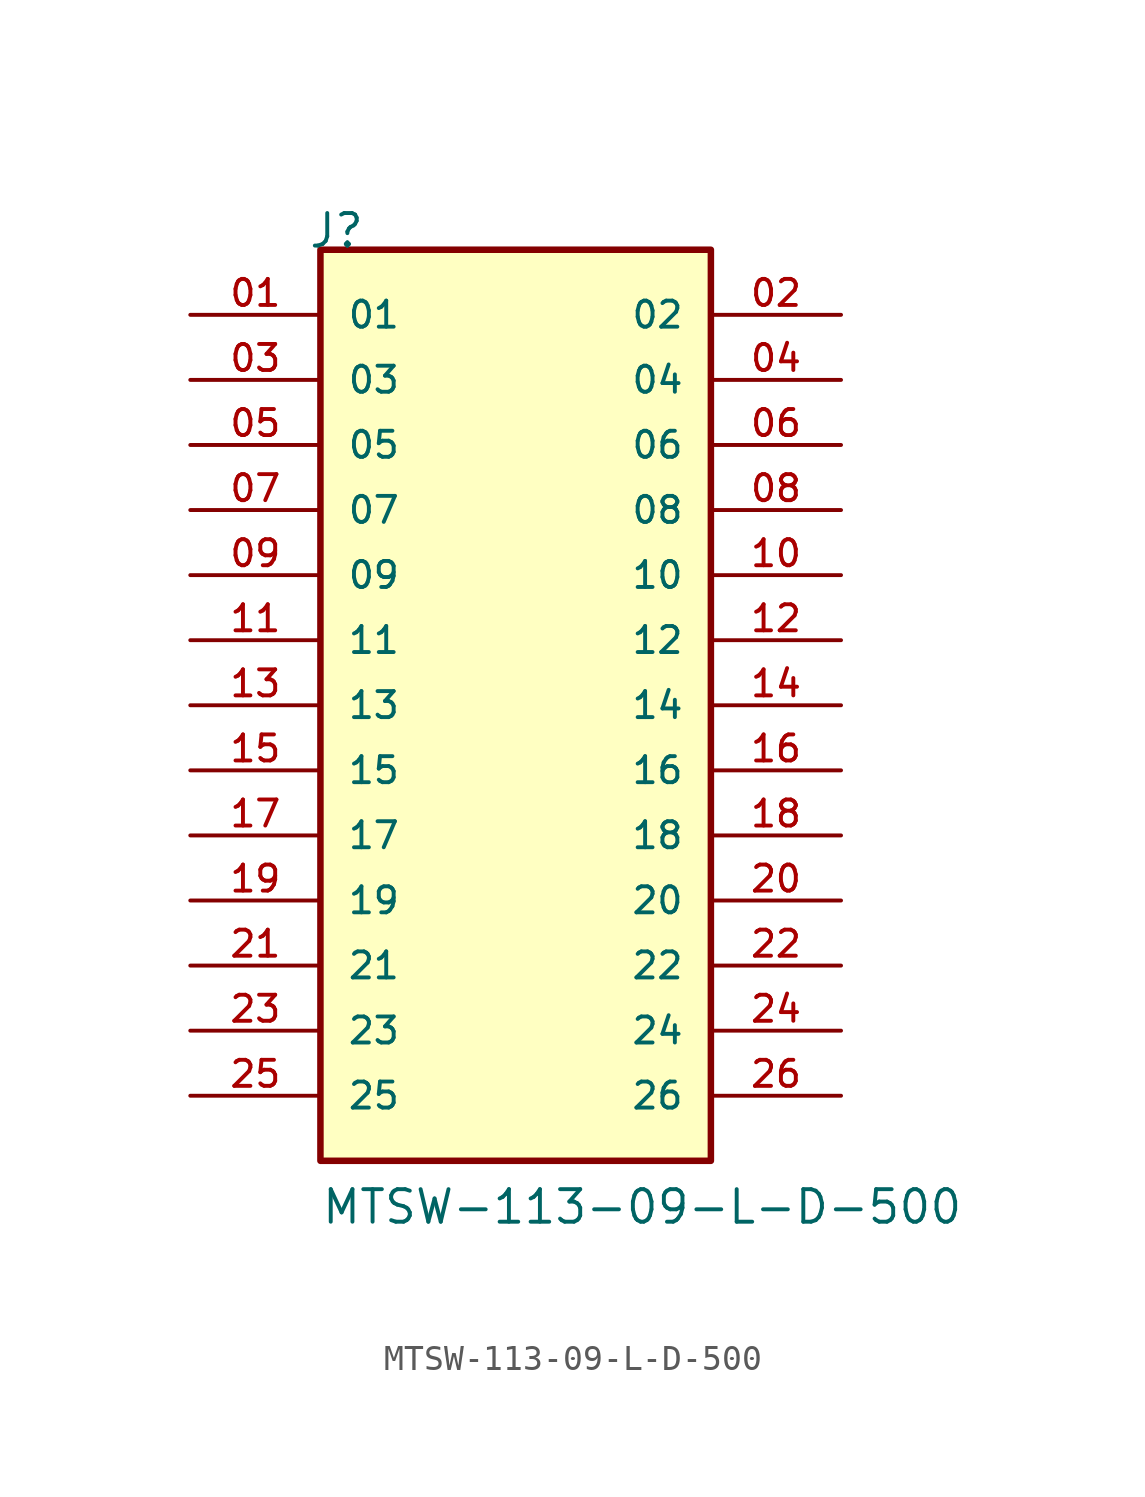
<source format=kicad_sym>
(kicad_symbol_lib
  (version 20211014)
  (generator kicad_symbol_editor)
  (symbol "MTSW-113-09-L-D-500"
    (pin_names
      (offset 1.016))
    (property "Reference" "J"
      (at -8.12 17.78 0)
      (effects (font (size 1.27 1.27)) (justify bottom left)))
    (property "Value" "MTSW-113-09-L-D-500"
      (at -7.62 -20.32 0)
      (effects (font (size 1.27 1.27)) (justify bottom left)))
    (symbol "MTSW-113-09-L-D-500_0_0"
      (rectangle (start -7.62 -17.78) (end 7.62 17.78) (stroke (width 0.254)) (fill (type background)))
      (pin passive line (at -12.7 15.24 0) (length 5.08) (name "01" (effects (font (size 1.016 1.016)))) (number "01" (effects (font (size 1.016 1.016)))))
      (pin passive line (at 12.7 15.24 180.0) (length 5.08) (name "02" (effects (font (size 1.016 1.016)))) (number "02" (effects (font (size 1.016 1.016)))))
      (pin passive line (at -12.7 12.7 0) (length 5.08) (name "03" (effects (font (size 1.016 1.016)))) (number "03" (effects (font (size 1.016 1.016)))))
      (pin passive line (at 12.7 12.7 180.0) (length 5.08) (name "04" (effects (font (size 1.016 1.016)))) (number "04" (effects (font (size 1.016 1.016)))))
      (pin passive line (at -12.7 10.16 0) (length 5.08) (name "05" (effects (font (size 1.016 1.016)))) (number "05" (effects (font (size 1.016 1.016)))))
      (pin passive line (at 12.7 10.16 180.0) (length 5.08) (name "06" (effects (font (size 1.016 1.016)))) (number "06" (effects (font (size 1.016 1.016)))))
      (pin passive line (at -12.7 7.62 0) (length 5.08) (name "07" (effects (font (size 1.016 1.016)))) (number "07" (effects (font (size 1.016 1.016)))))
      (pin passive line (at 12.7 7.62 180.0) (length 5.08) (name "08" (effects (font (size 1.016 1.016)))) (number "08" (effects (font (size 1.016 1.016)))))
      (pin passive line (at -12.7 5.08 0) (length 5.08) (name "09" (effects (font (size 1.016 1.016)))) (number "09" (effects (font (size 1.016 1.016)))))
      (pin passive line (at 12.7 5.08 180.0) (length 5.08) (name "10" (effects (font (size 1.016 1.016)))) (number "10" (effects (font (size 1.016 1.016)))))
      (pin passive line (at -12.7 2.54 0) (length 5.08) (name "11" (effects (font (size 1.016 1.016)))) (number "11" (effects (font (size 1.016 1.016)))))
      (pin passive line (at 12.7 2.54 180.0) (length 5.08) (name "12" (effects (font (size 1.016 1.016)))) (number "12" (effects (font (size 1.016 1.016)))))
      (pin passive line (at -12.7 0.0 0) (length 5.08) (name "13" (effects (font (size 1.016 1.016)))) (number "13" (effects (font (size 1.016 1.016)))))
      (pin passive line (at 12.7 0.0 180.0) (length 5.08) (name "14" (effects (font (size 1.016 1.016)))) (number "14" (effects (font (size 1.016 1.016)))))
      (pin passive line (at -12.7 -2.54 0) (length 5.08) (name "15" (effects (font (size 1.016 1.016)))) (number "15" (effects (font (size 1.016 1.016)))))
      (pin passive line (at 12.7 -2.54 180.0) (length 5.08) (name "16" (effects (font (size 1.016 1.016)))) (number "16" (effects (font (size 1.016 1.016)))))
      (pin passive line (at -12.7 -5.08 0) (length 5.08) (name "17" (effects (font (size 1.016 1.016)))) (number "17" (effects (font (size 1.016 1.016)))))
      (pin passive line (at 12.7 -5.08 180.0) (length 5.08) (name "18" (effects (font (size 1.016 1.016)))) (number "18" (effects (font (size 1.016 1.016)))))
      (pin passive line (at -12.7 -7.62 0) (length 5.08) (name "19" (effects (font (size 1.016 1.016)))) (number "19" (effects (font (size 1.016 1.016)))))
      (pin passive line (at 12.7 -7.62 180.0) (length 5.08) (name "20" (effects (font (size 1.016 1.016)))) (number "20" (effects (font (size 1.016 1.016)))))
      (pin passive line (at -12.7 -10.16 0) (length 5.08) (name "21" (effects (font (size 1.016 1.016)))) (number "21" (effects (font (size 1.016 1.016)))))
      (pin passive line (at 12.7 -10.16 180.0) (length 5.08) (name "22" (effects (font (size 1.016 1.016)))) (number "22" (effects (font (size 1.016 1.016)))))
      (pin passive line (at -12.7 -12.7 0) (length 5.08) (name "23" (effects (font (size 1.016 1.016)))) (number "23" (effects (font (size 1.016 1.016)))))
      (pin passive line (at 12.7 -12.7 180.0) (length 5.08) (name "24" (effects (font (size 1.016 1.016)))) (number "24" (effects (font (size 1.016 1.016)))))
      (pin passive line (at -12.7 -15.24 0) (length 5.08) (name "25" (effects (font (size 1.016 1.016)))) (number "25" (effects (font (size 1.016 1.016)))))
      (pin passive line (at 12.7 -15.24 180.0) (length 5.08) (name "26" (effects (font (size 1.016 1.016)))) (number "26" (effects (font (size 1.016 1.016))))))))
</source>
